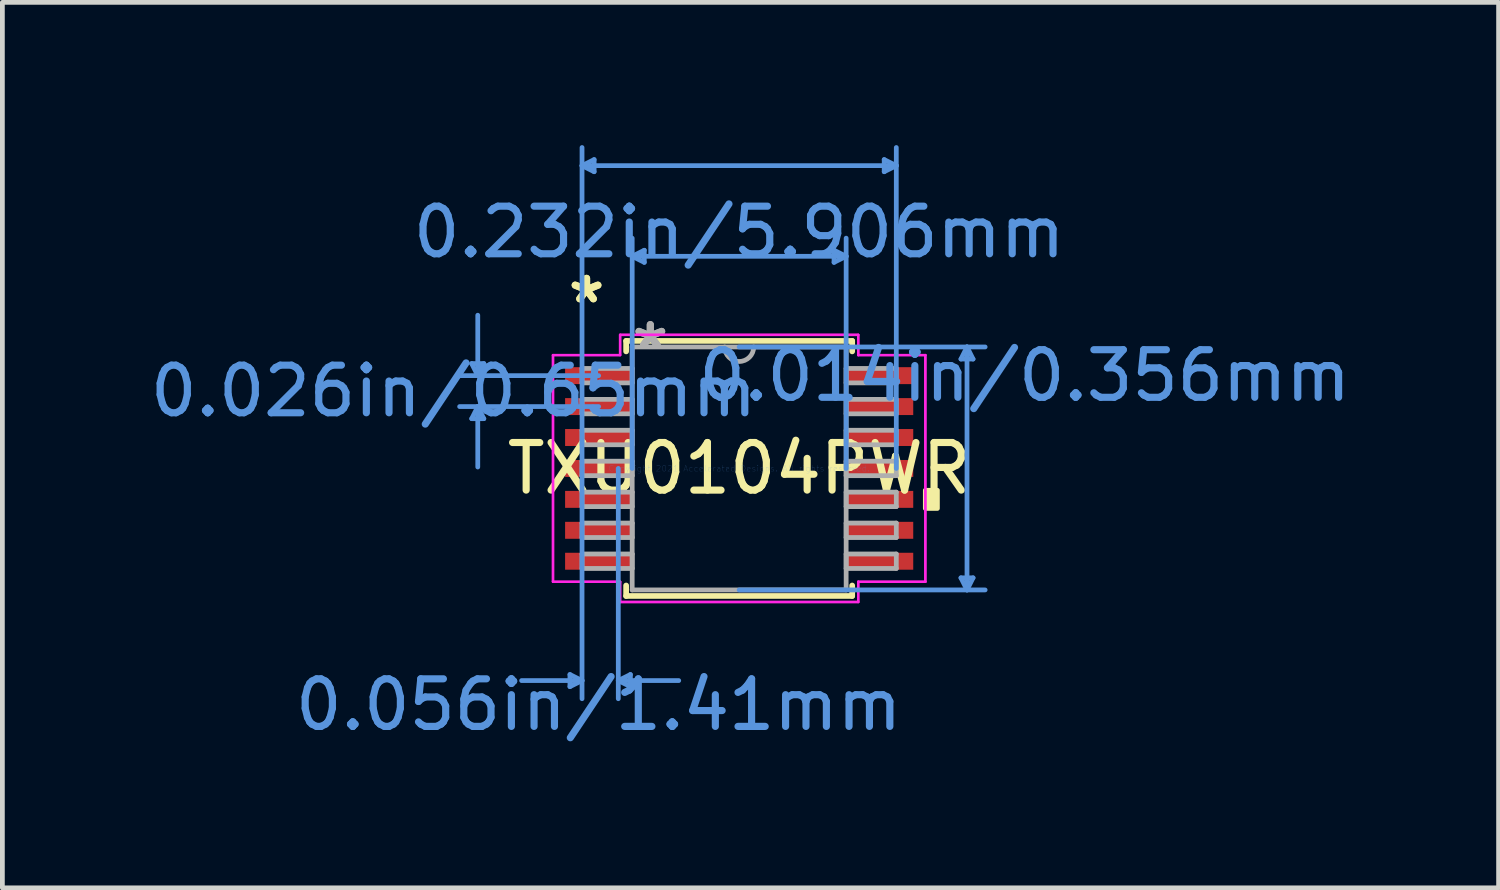
<source format=kicad_pcb>
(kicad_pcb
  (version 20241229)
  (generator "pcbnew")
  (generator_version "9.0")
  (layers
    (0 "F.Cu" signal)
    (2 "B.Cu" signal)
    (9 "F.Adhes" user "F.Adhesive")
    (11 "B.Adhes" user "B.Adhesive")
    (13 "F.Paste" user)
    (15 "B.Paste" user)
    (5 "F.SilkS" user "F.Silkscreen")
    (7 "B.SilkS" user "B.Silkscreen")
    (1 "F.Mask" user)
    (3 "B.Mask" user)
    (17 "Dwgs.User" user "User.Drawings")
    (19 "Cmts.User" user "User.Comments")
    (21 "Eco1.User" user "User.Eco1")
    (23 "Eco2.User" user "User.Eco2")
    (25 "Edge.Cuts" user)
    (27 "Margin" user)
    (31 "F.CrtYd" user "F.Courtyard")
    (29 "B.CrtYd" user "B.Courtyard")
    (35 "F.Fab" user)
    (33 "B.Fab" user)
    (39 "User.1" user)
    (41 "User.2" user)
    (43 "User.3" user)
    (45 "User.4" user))
  (footprint "TXU0104PWR"
    (layer "F.Cu")
    (at 12.483 6.794)
    (property "Reference" "TXU0104PWR" (at 0 0 0) (layer "F.SilkS") (effects (font (size 1 1) (thickness 0.15))))
    (attr through_hole)
    (fp_line (start -2.375 -2.68) (end -2.375 -2.46) (stroke (width 0.12) (type solid)) (layer "F.SilkS"))
    (fp_line (start -2.375 2.46) (end -2.375 2.68) (stroke (width 0.12) (type solid)) (layer "F.SilkS"))
    (fp_line (start -2.375 2.68) (end 2.375 2.68) (stroke (width 0.12) (type solid)) (layer "F.SilkS"))
    (fp_line (start 2.375 -2.68) (end -2.375 -2.68) (stroke (width 0.12) (type solid)) (layer "F.SilkS"))
    (fp_line (start 2.375 -2.46) (end 2.375 -2.68) (stroke (width 0.12) (type solid)) (layer "F.SilkS"))
    (fp_line (start 2.375 2.68) (end 2.375 2.46) (stroke (width 0.12) (type solid)) (layer "F.SilkS"))
    (fp_poly (pts (xy 4.166 0.459) (xy 4.166 0.84) (xy 3.912 0.84) (xy 3.912 0.459)) (stroke (width 0.1) (type solid)) (fill yes) (layer "F.SilkS"))
    (fp_line (start -5.62 -2.204) (end -5.366 -2.204) (stroke (width 0.1) (type solid)) (layer "Cmts.User"))
    (fp_line (start -5.62 -1.046) (end -5.366 -1.046) (stroke (width 0.1) (type solid)) (layer "Cmts.User"))
    (fp_line (start -5.493 -1.95) (end -5.62 -2.204) (stroke (width 0.1) (type solid)) (layer "Cmts.User"))
    (fp_line (start -5.493 -1.95) (end -5.493 -3.22) (stroke (width 0.1) (type solid)) (layer "Cmts.User"))
    (fp_line (start -5.493 -1.95) (end -5.366 -2.204) (stroke (width 0.1) (type solid)) (layer "Cmts.User"))
    (fp_line (start -5.493 -1.3) (end -5.62 -1.046) (stroke (width 0.1) (type solid)) (layer "Cmts.User"))
    (fp_line (start -5.493 -1.3) (end -5.493 -0.03) (stroke (width 0.1) (type solid)) (layer "Cmts.User"))
    (fp_line (start -5.493 -1.3) (end -5.366 -1.046) (stroke (width 0.1) (type solid)) (layer "Cmts.User"))
    (fp_line (start -3.556 4.331) (end -3.556 4.585) (stroke (width 0.1) (type solid)) (layer "Cmts.User"))
    (fp_line (start -3.302 -6.363) (end -3.048 -6.49) (stroke (width 0.1) (type solid)) (layer "Cmts.User"))
    (fp_line (start -3.302 -6.363) (end -3.048 -6.236) (stroke (width 0.1) (type solid)) (layer "Cmts.User"))
    (fp_line (start -3.302 -6.363) (end 3.302 -6.363) (stroke (width 0.1) (type solid)) (layer "Cmts.User"))
    (fp_line (start -3.302 0) (end -3.302 -6.744) (stroke (width 0.1) (type solid)) (layer "Cmts.User"))
    (fp_line (start -3.302 0) (end -3.302 4.839) (stroke (width 0.1) (type solid)) (layer "Cmts.User"))
    (fp_line (start -3.302 4.458) (end -4.572 4.458) (stroke (width 0.1) (type solid)) (layer "Cmts.User"))
    (fp_line (start -3.302 4.458) (end -3.556 4.331) (stroke (width 0.1) (type solid)) (layer "Cmts.User"))
    (fp_line (start -3.302 4.458) (end -3.556 4.585) (stroke (width 0.1) (type solid)) (layer "Cmts.User"))
    (fp_line (start -3.048 -6.49) (end -3.048 -6.236) (stroke (width 0.1) (type solid)) (layer "Cmts.User"))
    (fp_line (start -2.953 -1.95) (end -5.874 -1.95) (stroke (width 0.1) (type solid)) (layer "Cmts.User"))
    (fp_line (start -2.953 -1.3) (end -5.874 -1.3) (stroke (width 0.1) (type solid)) (layer "Cmts.User"))
    (fp_line (start -2.54 0) (end -2.54 4.839) (stroke (width 0.1) (type solid)) (layer "Cmts.User"))
    (fp_line (start -2.54 4.458) (end -2.286 4.331) (stroke (width 0.1) (type solid)) (layer "Cmts.User"))
    (fp_line (start -2.54 4.458) (end -2.286 4.585) (stroke (width 0.1) (type solid)) (layer "Cmts.User"))
    (fp_line (start -2.54 4.458) (end -1.27 4.458) (stroke (width 0.1) (type solid)) (layer "Cmts.User"))
    (fp_line (start -2.286 4.331) (end -2.286 4.585) (stroke (width 0.1) (type solid)) (layer "Cmts.User"))
    (fp_line (start -2.248 -4.458) (end -1.994 -4.585) (stroke (width 0.1) (type solid)) (layer "Cmts.User"))
    (fp_line (start -2.248 -4.458) (end -1.994 -4.331) (stroke (width 0.1) (type solid)) (layer "Cmts.User"))
    (fp_line (start -2.248 -4.458) (end 2.248 -4.458) (stroke (width 0.1) (type solid)) (layer "Cmts.User"))
    (fp_line (start -2.248 0) (end -2.248 -4.839) (stroke (width 0.1) (type solid)) (layer "Cmts.User"))
    (fp_line (start -1.994 -4.585) (end -1.994 -4.331) (stroke (width 0.1) (type solid)) (layer "Cmts.User"))
    (fp_line (start 0 -2.553) (end 5.169 -2.553) (stroke (width 0.1) (type solid)) (layer "Cmts.User"))
    (fp_line (start 0 2.553) (end 5.169 2.553) (stroke (width 0.1) (type solid)) (layer "Cmts.User"))
    (fp_line (start 1.994 -4.585) (end 1.994 -4.331) (stroke (width 0.1) (type solid)) (layer "Cmts.User"))
    (fp_line (start 2.248 -4.458) (end 1.994 -4.585) (stroke (width 0.1) (type solid)) (layer "Cmts.User"))
    (fp_line (start 2.248 -4.458) (end 1.994 -4.331) (stroke (width 0.1) (type solid)) (layer "Cmts.User"))
    (fp_line (start 2.248 0) (end 2.248 -4.839) (stroke (width 0.1) (type solid)) (layer "Cmts.User"))
    (fp_line (start 3.048 -6.49) (end 3.048 -6.236) (stroke (width 0.1) (type solid)) (layer "Cmts.User"))
    (fp_line (start 3.302 -6.363) (end 3.048 -6.49) (stroke (width 0.1) (type solid)) (layer "Cmts.User"))
    (fp_line (start 3.302 -6.363) (end 3.048 -6.236) (stroke (width 0.1) (type solid)) (layer "Cmts.User"))
    (fp_line (start 3.302 0) (end 3.302 -6.744) (stroke (width 0.1) (type solid)) (layer "Cmts.User"))
    (fp_line (start 4.661 -2.299) (end 4.915 -2.299) (stroke (width 0.1) (type solid)) (layer "Cmts.User"))
    (fp_line (start 4.661 2.299) (end 4.915 2.299) (stroke (width 0.1) (type solid)) (layer "Cmts.User"))
    (fp_line (start 4.788 -2.553) (end 4.661 -2.299) (stroke (width 0.1) (type solid)) (layer "Cmts.User"))
    (fp_line (start 4.788 -2.553) (end 4.788 2.553) (stroke (width 0.1) (type solid)) (layer "Cmts.User"))
    (fp_line (start 4.788 -2.553) (end 4.915 -2.299) (stroke (width 0.1) (type solid)) (layer "Cmts.User"))
    (fp_line (start 4.788 2.553) (end 4.661 2.299) (stroke (width 0.1) (type solid)) (layer "Cmts.User"))
    (fp_line (start 4.788 2.553) (end 4.915 2.299) (stroke (width 0.1) (type solid)) (layer "Cmts.User"))
    (fp_line (start -3.912 -2.382) (end -2.502 -2.382) (stroke (width 0.05) (type solid)) (layer "F.CrtYd"))
    (fp_line (start -3.912 -2.382) (end -2.502 -2.382) (stroke (width 0.05) (type solid)) (layer "F.CrtYd"))
    (fp_line (start -3.912 2.382) (end -3.912 -2.382) (stroke (width 0.05) (type solid)) (layer "F.CrtYd"))
    (fp_line (start -3.912 2.382) (end -3.912 -2.382) (stroke (width 0.05) (type solid)) (layer "F.CrtYd"))
    (fp_line (start -3.912 2.382) (end -2.502 2.382) (stroke (width 0.05) (type solid)) (layer "F.CrtYd"))
    (fp_line (start -2.502 -2.807) (end 2.502 -2.807) (stroke (width 0.05) (type solid)) (layer "F.CrtYd"))
    (fp_line (start -2.502 -2.807) (end 2.502 -2.807) (stroke (width 0.05) (type solid)) (layer "F.CrtYd"))
    (fp_line (start -2.502 -2.382) (end -2.502 -2.807) (stroke (width 0.05) (type solid)) (layer "F.CrtYd"))
    (fp_line (start -2.502 -2.382) (end -2.502 -2.807) (stroke (width 0.05) (type solid)) (layer "F.CrtYd"))
    (fp_line (start -2.502 2.382) (end -3.912 2.382) (stroke (width 0.05) (type solid)) (layer "F.CrtYd"))
    (fp_line (start -2.502 2.807) (end -2.502 2.382) (stroke (width 0.05) (type solid)) (layer "F.CrtYd"))
    (fp_line (start -2.502 2.807) (end -2.502 2.382) (stroke (width 0.05) (type solid)) (layer "F.CrtYd"))
    (fp_line (start 2.502 -2.807) (end 2.502 -2.382) (stroke (width 0.05) (type solid)) (layer "F.CrtYd"))
    (fp_line (start 2.502 -2.807) (end 2.502 -2.382) (stroke (width 0.05) (type solid)) (layer "F.CrtYd"))
    (fp_line (start 2.502 -2.382) (end 3.912 -2.382) (stroke (width 0.05) (type solid)) (layer "F.CrtYd"))
    (fp_line (start 2.502 2.382) (end 2.502 2.807) (stroke (width 0.05) (type solid)) (layer "F.CrtYd"))
    (fp_line (start 2.502 2.382) (end 2.502 2.807) (stroke (width 0.05) (type solid)) (layer "F.CrtYd"))
    (fp_line (start 2.502 2.807) (end -2.502 2.807) (stroke (width 0.05) (type solid)) (layer "F.CrtYd"))
    (fp_line (start 2.502 2.807) (end -2.502 2.807) (stroke (width 0.05) (type solid)) (layer "F.CrtYd"))
    (fp_line (start 3.912 -2.382) (end 2.502 -2.382) (stroke (width 0.05) (type solid)) (layer "F.CrtYd"))
    (fp_line (start 3.912 -2.382) (end 3.912 2.382) (stroke (width 0.05) (type solid)) (layer "F.CrtYd"))
    (fp_line (start 3.912 -2.382) (end 3.912 2.382) (stroke (width 0.05) (type solid)) (layer "F.CrtYd"))
    (fp_line (start 3.912 2.382) (end 2.502 2.382) (stroke (width 0.05) (type solid)) (layer "F.CrtYd"))
    (fp_line (start 3.912 2.382) (end 2.502 2.382) (stroke (width 0.05) (type solid)) (layer "F.CrtYd"))
    (fp_line (start -3.302 -2.102) (end -3.302 -1.798) (stroke (width 0.1) (type solid)) (layer "F.Fab"))
    (fp_line (start -3.302 -1.798) (end -2.248 -1.798) (stroke (width 0.1) (type solid)) (layer "F.Fab"))
    (fp_line (start -3.302 -1.452) (end -3.302 -1.148) (stroke (width 0.1) (type solid)) (layer "F.Fab"))
    (fp_line (start -3.302 -1.148) (end -2.248 -1.148) (stroke (width 0.1) (type solid)) (layer "F.Fab"))
    (fp_line (start -3.302 -0.802) (end -3.302 -0.498) (stroke (width 0.1) (type solid)) (layer "F.Fab"))
    (fp_line (start -3.302 -0.498) (end -2.248 -0.498) (stroke (width 0.1) (type solid)) (layer "F.Fab"))
    (fp_line (start -3.302 -0.152) (end -3.302 0.152) (stroke (width 0.1) (type solid)) (layer "F.Fab"))
    (fp_line (start -3.302 0.152) (end -2.248 0.152) (stroke (width 0.1) (type solid)) (layer "F.Fab"))
    (fp_line (start -3.302 0.498) (end -3.302 0.802) (stroke (width 0.1) (type solid)) (layer "F.Fab"))
    (fp_line (start -3.302 0.802) (end -2.248 0.802) (stroke (width 0.1) (type solid)) (layer "F.Fab"))
    (fp_line (start -3.302 1.148) (end -3.302 1.452) (stroke (width 0.1) (type solid)) (layer "F.Fab"))
    (fp_line (start -3.302 1.452) (end -2.248 1.452) (stroke (width 0.1) (type solid)) (layer "F.Fab"))
    (fp_line (start -3.302 1.798) (end -3.302 2.102) (stroke (width 0.1) (type solid)) (layer "F.Fab"))
    (fp_line (start -3.302 2.102) (end -2.248 2.102) (stroke (width 0.1) (type solid)) (layer "F.Fab"))
    (fp_line (start -2.248 -2.553) (end -2.248 2.553) (stroke (width 0.1) (type solid)) (layer "F.Fab"))
    (fp_line (start -2.248 -2.102) (end -3.302 -2.102) (stroke (width 0.1) (type solid)) (layer "F.Fab"))
    (fp_line (start -2.248 -1.798) (end -2.248 -2.102) (stroke (width 0.1) (type solid)) (layer "F.Fab"))
    (fp_line (start -2.248 -1.452) (end -3.302 -1.452) (stroke (width 0.1) (type solid)) (layer "F.Fab"))
    (fp_line (start -2.248 -1.148) (end -2.248 -1.452) (stroke (width 0.1) (type solid)) (layer "F.Fab"))
    (fp_line (start -2.248 -0.802) (end -3.302 -0.802) (stroke (width 0.1) (type solid)) (layer "F.Fab"))
    (fp_line (start -2.248 -0.498) (end -2.248 -0.802) (stroke (width 0.1) (type solid)) (layer "F.Fab"))
    (fp_line (start -2.248 -0.152) (end -3.302 -0.152) (stroke (width 0.1) (type solid)) (layer "F.Fab"))
    (fp_line (start -2.248 0.152) (end -2.248 -0.152) (stroke (width 0.1) (type solid)) (layer "F.Fab"))
    (fp_line (start -2.248 0.498) (end -3.302 0.498) (stroke (width 0.1) (type solid)) (layer "F.Fab"))
    (fp_line (start -2.248 0.802) (end -2.248 0.498) (stroke (width 0.1) (type solid)) (layer "F.Fab"))
    (fp_line (start -2.248 1.148) (end -3.302 1.148) (stroke (width 0.1) (type solid)) (layer "F.Fab"))
    (fp_line (start -2.248 1.452) (end -2.248 1.148) (stroke (width 0.1) (type solid)) (layer "F.Fab"))
    (fp_line (start -2.248 1.798) (end -3.302 1.798) (stroke (width 0.1) (type solid)) (layer "F.Fab"))
    (fp_line (start -2.248 2.102) (end -2.248 1.798) (stroke (width 0.1) (type solid)) (layer "F.Fab"))
    (fp_line (start -2.248 2.553) (end 2.248 2.553) (stroke (width 0.1) (type solid)) (layer "F.Fab"))
    (fp_line (start 2.248 -2.553) (end -2.248 -2.553) (stroke (width 0.1) (type solid)) (layer "F.Fab"))
    (fp_line (start 2.248 -2.102) (end 2.248 -1.798) (stroke (width 0.1) (type solid)) (layer "F.Fab"))
    (fp_line (start 2.248 -1.798) (end 3.302 -1.798) (stroke (width 0.1) (type solid)) (layer "F.Fab"))
    (fp_line (start 2.248 -1.452) (end 2.248 -1.148) (stroke (width 0.1) (type solid)) (layer "F.Fab"))
    (fp_line (start 2.248 -1.148) (end 3.302 -1.148) (stroke (width 0.1) (type solid)) (layer "F.Fab"))
    (fp_line (start 2.248 -0.802) (end 2.248 -0.498) (stroke (width 0.1) (type solid)) (layer "F.Fab"))
    (fp_line (start 2.248 -0.498) (end 3.302 -0.498) (stroke (width 0.1) (type solid)) (layer "F.Fab"))
    (fp_line (start 2.248 -0.152) (end 2.248 0.152) (stroke (width 0.1) (type solid)) (layer "F.Fab"))
    (fp_line (start 2.248 0.152) (end 3.302 0.152) (stroke (width 0.1) (type solid)) (layer "F.Fab"))
    (fp_line (start 2.248 0.498) (end 2.248 0.802) (stroke (width 0.1) (type solid)) (layer "F.Fab"))
    (fp_line (start 2.248 0.802) (end 3.302 0.802) (stroke (width 0.1) (type solid)) (layer "F.Fab"))
    (fp_line (start 2.248 1.148) (end 2.248 1.452) (stroke (width 0.1) (type solid)) (layer "F.Fab"))
    (fp_line (start 2.248 1.452) (end 3.302 1.452) (stroke (width 0.1) (type solid)) (layer "F.Fab"))
    (fp_line (start 2.248 1.798) (end 2.248 2.102) (stroke (width 0.1) (type solid)) (layer "F.Fab"))
    (fp_line (start 2.248 2.102) (end 3.302 2.102) (stroke (width 0.1) (type solid)) (layer "F.Fab"))
    (fp_line (start 2.248 2.553) (end 2.248 -2.553) (stroke (width 0.1) (type solid)) (layer "F.Fab"))
    (fp_line (start 3.302 -2.102) (end 2.248 -2.102) (stroke (width 0.1) (type solid)) (layer "F.Fab"))
    (fp_line (start 3.302 -1.798) (end 3.302 -2.102) (stroke (width 0.1) (type solid)) (layer "F.Fab"))
    (fp_line (start 3.302 -1.452) (end 2.248 -1.452) (stroke (width 0.1) (type solid)) (layer "F.Fab"))
    (fp_line (start 3.302 -1.148) (end 3.302 -1.452) (stroke (width 0.1) (type solid)) (layer "F.Fab"))
    (fp_line (start 3.302 -0.802) (end 2.248 -0.802) (stroke (width 0.1) (type solid)) (layer "F.Fab"))
    (fp_line (start 3.302 -0.498) (end 3.302 -0.802) (stroke (width 0.1) (type solid)) (layer "F.Fab"))
    (fp_line (start 3.302 -0.152) (end 2.248 -0.152) (stroke (width 0.1) (type solid)) (layer "F.Fab"))
    (fp_line (start 3.302 0.152) (end 3.302 -0.152) (stroke (width 0.1) (type solid)) (layer "F.Fab"))
    (fp_line (start 3.302 0.498) (end 2.248 0.498) (stroke (width 0.1) (type solid)) (layer "F.Fab"))
    (fp_line (start 3.302 0.802) (end 3.302 0.498) (stroke (width 0.1) (type solid)) (layer "F.Fab"))
    (fp_line (start 3.302 1.148) (end 2.248 1.148) (stroke (width 0.1) (type solid)) (layer "F.Fab"))
    (fp_line (start 3.302 1.452) (end 3.302 1.148) (stroke (width 0.1) (type solid)) (layer "F.Fab"))
    (fp_line (start 3.302 1.798) (end 2.248 1.798) (stroke (width 0.1) (type solid)) (layer "F.Fab"))
    (fp_line (start 3.302 2.102) (end 3.302 1.798) (stroke (width 0.1) (type solid)) (layer "F.Fab"))
    (fp_arc (start 0.3048 -2.5527) (mid 0 -2.2479) (end -0.3048 -2.5527) (stroke (width 0.1) (type solid)) (layer "F.Fab"))
    (fp_text user "*" (at -3.207 -3.449 0) (layer "F.SilkS") (effects (font (size 1 1) (thickness 0.15))))
    (fp_text user "*" (at -3.207 -3.449 0) (layer "F.SilkS") (effects (font (size 1 1) (thickness 0.15))))
    (fp_text user "0.232in/5.906mm" (at 0 -4.966 0) (layer "Cmts.User") (effects (font (size 1 1) (thickness 0.15))))
    (fp_text user "0.056in/1.41mm" (at -2.953 4.966 0) (layer "Cmts.User") (effects (font (size 1 1) (thickness 0.15))))
    (fp_text user "Copyright 2021 Accelerated Designs. All rights reserved." (at 0 0 0) (layer "Cmts.User") (effects (font (size 0.127 0.127) (thickness 0.002))))
    (fp_text user "0.026in/0.65mm" (at -6.001 -1.625 0) (layer "Cmts.User") (effects (font (size 1 1) (thickness 0.15))))
    (fp_text user "0.014in/0.356mm" (at 6.001 -1.95 0) (layer "Cmts.User") (effects (font (size 1 1) (thickness 0.15))))
    (fp_text user "*" (at -1.867 -2.477 0) (layer "F.Fab") (effects (font (size 1 1) (thickness 0.15))))
    (fp_text user "*" (at -1.867 -2.477 0) (layer "F.Fab") (effects (font (size 1 1) (thickness 0.15))))
    (pad "1" smd rect (at -2.953 -1.95) (size 1.41 0.356) (layers "F.Cu" "F.Mask" "F.Paste"))
    (pad "2" smd rect (at -2.953 -1.3) (size 1.41 0.356) (layers "F.Cu" "F.Mask" "F.Paste"))
    (pad "3" smd rect (at -2.953 -0.65) (size 1.41 0.356) (layers "F.Cu" "F.Mask" "F.Paste"))
    (pad "4" smd rect (at -2.953 0) (size 1.41 0.356) (layers "F.Cu" "F.Mask" "F.Paste"))
    (pad "5" smd rect (at -2.953 0.65) (size 1.41 0.356) (layers "F.Cu" "F.Mask" "F.Paste"))
    (pad "6" smd rect (at -2.953 1.3) (size 1.41 0.356) (layers "F.Cu" "F.Mask" "F.Paste"))
    (pad "7" smd rect (at -2.953 1.95) (size 1.41 0.356) (layers "F.Cu" "F.Mask" "F.Paste"))
    (pad "8" smd rect (at 2.953 1.95) (size 1.41 0.356) (layers "F.Cu" "F.Mask" "F.Paste"))
    (pad "9" smd rect (at 2.953 1.3) (size 1.41 0.356) (layers "F.Cu" "F.Mask" "F.Paste"))
    (pad "10" smd rect (at 2.953 0.65) (size 1.41 0.356) (layers "F.Cu" "F.Mask" "F.Paste"))
    (pad "11" smd rect (at 2.953 0) (size 1.41 0.356) (layers "F.Cu" "F.Mask" "F.Paste"))
    (pad "12" smd rect (at 2.953 -0.65) (size 1.41 0.356) (layers "F.Cu" "F.Mask" "F.Paste"))
    (pad "13" smd rect (at 2.953 -1.3) (size 1.41 0.356) (layers "F.Cu" "F.Mask" "F.Paste"))
    (pad "14" smd rect (at 2.953 -1.95) (size 1.41 0.356) (layers "F.Cu" "F.Mask" "F.Paste")))
  (gr_rect
    (start -3 -3)
    (end 28.442 15.608)
    (stroke (width 0.1) (type default))
    (fill no)
    (layer "Edge.Cuts")))
</source>
